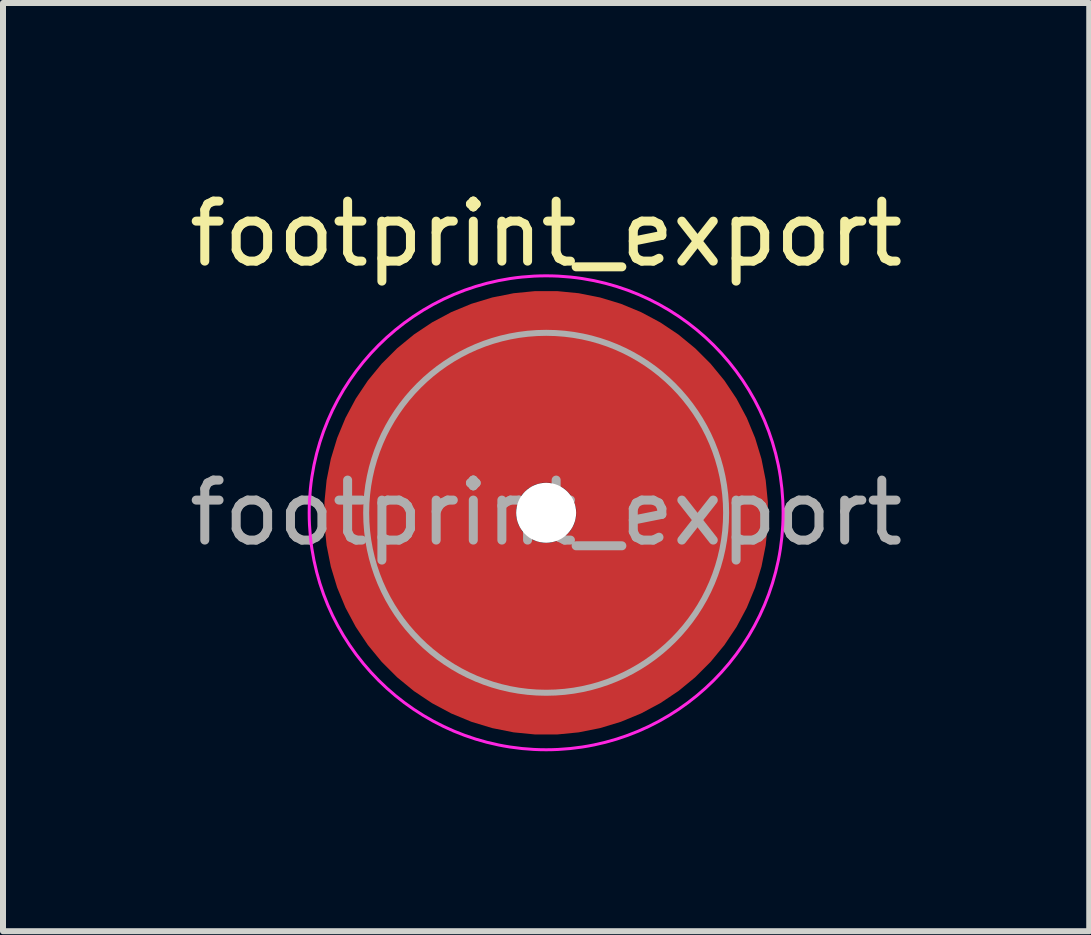
<source format=kicad_pcb>
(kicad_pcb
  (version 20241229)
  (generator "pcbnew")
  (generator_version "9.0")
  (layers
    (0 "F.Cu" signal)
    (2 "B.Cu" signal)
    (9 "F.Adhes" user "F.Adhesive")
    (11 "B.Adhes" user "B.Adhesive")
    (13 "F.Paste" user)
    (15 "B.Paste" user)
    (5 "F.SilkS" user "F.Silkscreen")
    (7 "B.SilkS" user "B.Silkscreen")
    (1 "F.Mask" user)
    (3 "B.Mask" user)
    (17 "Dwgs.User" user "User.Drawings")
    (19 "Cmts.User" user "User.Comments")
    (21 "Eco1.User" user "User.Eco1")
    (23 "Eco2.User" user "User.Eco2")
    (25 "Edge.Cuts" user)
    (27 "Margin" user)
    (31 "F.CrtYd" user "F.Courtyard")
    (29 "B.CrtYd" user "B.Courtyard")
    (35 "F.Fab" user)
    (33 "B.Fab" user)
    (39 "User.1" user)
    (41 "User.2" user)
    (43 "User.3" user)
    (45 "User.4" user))
  (footprint "footprint_export"
    (layer "F.Cu")
    (at 6.054 5.498)
    (property "Reference" "footprint_export" (at 0 -4.65 0) (layer "F.SilkS") (effects (font (size 1 1) (thickness 0.15))))
    (attr smd)
    (fp_circle (center 0 0) (end 3.95 0) (stroke (width 0.05) (type solid)) (fill no) (layer "F.CrtYd"))
    (fp_circle (center 0 0) (end 3 0) (stroke (width 0.1) (type solid)) (fill no) (layer "F.Fab"))
    (fp_text user "${REFERENCE}" (at 0 0 0) (layer "F.Fab") (effects (font (size 1 1) (thickness 0.15))))
    (pad "" smd custom (at 0 -2.1) (size 2.6 2.6) (layers "F.Paste") (options (anchor circle)) (primitives (gr_arc (start -0.305123 1.47) (mid -0.000513 1.4) (end 0.3042 1.469554) (width 0.2)) (gr_arc (start -0.493052 1.47) (mid -0.000664 1.3) (end 0.492006 1.469183) (width 0.2)) (gr_arc (start -0.642729 1.47) (mid -0.000361 1.2) (end 0.642223 1.469484) (width 0.2)) (gr_arc (start -0.776595 1.47) (mid -0.00087 1.1) (end 0.775497 1.468649) (width 0.2)) (gr_arc (start -0.901721 1.47) (mid -0.00018 1) (end 0.901515 1.469705) (width 0.2)) (gr_arc (start -1.021323 1.47) (mid -0.000665 0.9) (end 1.020624 1.468868) (width 0.2)) (gr_arc (start -1.137146 1.47) (mid -0.000289 0.8) (end 1.136866 1.469495) (width 0.2)) (gr_arc (start -1.25024 1.47) (mid -0.000155 0.7) (end 1.250101 1.469724) (width 0.2)) (gr_arc (start -1.361286 1.47) (mid -0.000403 0.6) (end 1.360947 1.469268) (width 0.2)) (gr_arc (start -1.470748 1.47) (mid -0.000334 0.5) (end 1.470485 1.469386) (width 0.2)) (gr_arc (start -1.578955 1.47) (mid -0.001427 0.400001) (end 1.577895 1.46735) (width 0.2)) (gr_arc (start -1.686149 1.47) (mid -0.000398 0.3) (end 1.68587 1.469254) (width 0.2)) (gr_arc (start -1.792512 1.47) (mid -0.001173 0.200001) (end 1.791733 1.467788) (width 0.2)) (gr_arc (start -1.898183 1.47) (mid -0.001368 0.100001) (end 1.89732 1.467404) (width 0.2)) (gr_arc (start -2.003272 1.47) (mid -0.001554 0.000001) (end 2.002338 1.467036) (width 0.2)) (gr_arc (start -2.107866 1.47) (mid -0.00037 -0.1) (end 2.107654 1.469292) (width 0.2)) (gr_arc (start -2.212035 1.47) (mid -0.00011 -0.2) (end 2.211975 1.469788) (width 0.2)) (gr_arc (start -2.315837 1.47) (mid -0.001322 -0.3) (end 2.315142 1.46745) (width 0.2)) (gr_arc (start -2.419318 1.47) (mid -0.000179 -0.4) (end 2.419228 1.469653) (width 0.2)) (gr_arc (start -2.522519 1.47) (mid -0.001235 -0.5) (end 2.521919 1.467604) (width 0.2)) (gr_arc (start -2.625471 1.47) (mid -0.000311 -0.6) (end 2.625326 1.469395) (width 0.2)) (gr_arc (start -2.728205 1.47) (mid -0.002303 -0.7) (end 2.727165 1.465513) (width 0.2)) (gr_arc (start -2.830742 1.47) (mid -0.000149 -0.8) (end 2.830677 1.469709) (width 0.2)) (gr_arc (start -2.933104 1.47) (mid -0.001447 -0.899999) (end 2.932495 1.46717) (width 0.2)) (gr_arc (start -3.035309 1.47) (mid -0.001317 -1) (end 3.034773 1.467421) (width 0.2)) (gr_arc (start -3.137372 1.47) (mid -0.002554 -1.099999) (end 3.136362 1.464993) (width 0.2)) (gr_arc (start -3.239305 1.47) (mid -0.002543 -1.199999) (end 3.23833 1.465008) (width 0.2)) (gr_arc (start -3.341123 1.47) (mid -0.001289 -1.3) (end 3.340644 1.467467) (width 0.2)) (gr_arc (start -3.442833 1.47) (mid -0.001847 -1.399999) (end 3.442166 1.466366) (width 0.2)) (gr_line (start 0.305 1.47) (end 3.443 1.47) (width 0.2)) (gr_line (start -0.305 1.47) (end -3.443 1.47) (width 0.2))))
    (pad "" np_thru_hole circle (at 0 0) (size 1 1) (drill 1) (layers "*.Cu" "*.Mask"))
    (pad "" smd custom (at 0 2.1) (size 2.6 2.6) (layers "F.Paste") (options (anchor circle)) (primitives (gr_arc (start 0.305123 -1.47) (mid 0.000513 -1.4) (end -0.3042 -1.469554) (width 0.2)) (gr_arc (start 0.493052 -1.47) (mid 0.000664 -1.3) (end -0.492006 -1.469183) (width 0.2)) (gr_arc (start 0.642729 -1.47) (mid 0.000361 -1.2) (end -0.642223 -1.469484) (width 0.2)) (gr_arc (start 0.776595 -1.47) (mid 0.00087 -1.1) (end -0.775497 -1.468649) (width 0.2)) (gr_arc (start 0.901721 -1.47) (mid 0.00018 -1) (end -0.901515 -1.469705) (width 0.2)) (gr_arc (start 1.021323 -1.47) (mid 0.000665 -0.9) (end -1.020624 -1.468868) (width 0.2)) (gr_arc (start 1.137146 -1.47) (mid 0.000289 -0.8) (end -1.136866 -1.469495) (width 0.2)) (gr_arc (start 1.25024 -1.47) (mid 0.000155 -0.7) (end -1.250101 -1.469724) (width 0.2)) (gr_arc (start 1.361286 -1.47) (mid 0.000403 -0.6) (end -1.360947 -1.469268) (width 0.2)) (gr_arc (start 1.470748 -1.47) (mid 0.000334 -0.5) (end -1.470485 -1.469386) (width 0.2)) (gr_arc (start 1.578955 -1.47) (mid 0.001427 -0.400001) (end -1.577895 -1.46735) (width 0.2)) (gr_arc (start 1.686149 -1.47) (mid 0.000398 -0.3) (end -1.68587 -1.469254) (width 0.2)) (gr_arc (start 1.792512 -1.47) (mid 0.001173 -0.200001) (end -1.791733 -1.467788) (width 0.2)) (gr_arc (start 1.898183 -1.47) (mid 0.001368 -0.100001) (end -1.89732 -1.467404) (width 0.2)) (gr_arc (start 2.003272 -1.47) (mid 0.001554 -0.000001) (end -2.002338 -1.467036) (width 0.2)) (gr_arc (start 2.107866 -1.47) (mid 0.00037 0.1) (end -2.107654 -1.469292) (width 0.2)) (gr_arc (start 2.212035 -1.47) (mid 0.00011 0.2) (end -2.211975 -1.469788) (width 0.2)) (gr_arc (start 2.315837 -1.47) (mid 0.001322 0.3) (end -2.315142 -1.46745) (width 0.2)) (gr_arc (start 2.419318 -1.47) (mid 0.000179 0.4) (end -2.419228 -1.469653) (width 0.2)) (gr_arc (start 2.522519 -1.47) (mid 0.001235 0.5) (end -2.521919 -1.467604) (width 0.2)) (gr_arc (start 2.625471 -1.47) (mid 0.000311 0.6) (end -2.625326 -1.469395) (width 0.2)) (gr_arc (start 2.728205 -1.47) (mid 0.002303 0.7) (end -2.727165 -1.465513) (width 0.2)) (gr_arc (start 2.830742 -1.47) (mid 0.000149 0.8) (end -2.830677 -1.469709) (width 0.2)) (gr_arc (start 2.933104 -1.47) (mid 0.001447 0.899999) (end -2.932495 -1.46717) (width 0.2)) (gr_arc (start 3.035309 -1.47) (mid 0.001317 1) (end -3.034773 -1.467421) (width 0.2)) (gr_arc (start 3.137372 -1.47) (mid 0.002554 1.099999) (end -3.136362 -1.464993) (width 0.2)) (gr_arc (start 3.239305 -1.47) (mid 0.002543 1.199999) (end -3.23833 -1.465008) (width 0.2)) (gr_arc (start 3.341123 -1.47) (mid 0.001289 1.3) (end -3.340644 -1.467467) (width 0.2)) (gr_arc (start 3.442833 -1.47) (mid 0.001847 1.399999) (end -3.442166 -1.466366) (width 0.2)) (gr_line (start -0.305 -1.47) (end -3.443 -1.47) (width 0.2)) (gr_line (start 0.305 -1.47) (end 3.443 -1.47) (width 0.2))))
    (pad "1" smd circle (at -2.1 0) (size 2.8 2.8) (layers "F.Cu"))
    (pad "1" smd circle (at 0 -2.1) (size 2.8 2.8) (layers "F.Cu"))
    (pad "1" smd circle (at 0 2.1) (size 2.8 2.8) (layers "F.Cu"))
    (pad "1" smd custom (at 2.1 0) (size 2.8 2.8) (layers "F.Cu" "F.Mask") (options (anchor circle)) (primitives (gr_circle (center -2.1 0) (end 0 0) (width 3.2) (fill no)))))
  (gr_rect
    (start -3 -3)
    (end 15.107 12.473)
    (stroke (width 0.1) (type default))
    (fill no)
    (layer "Edge.Cuts")))
</source>
